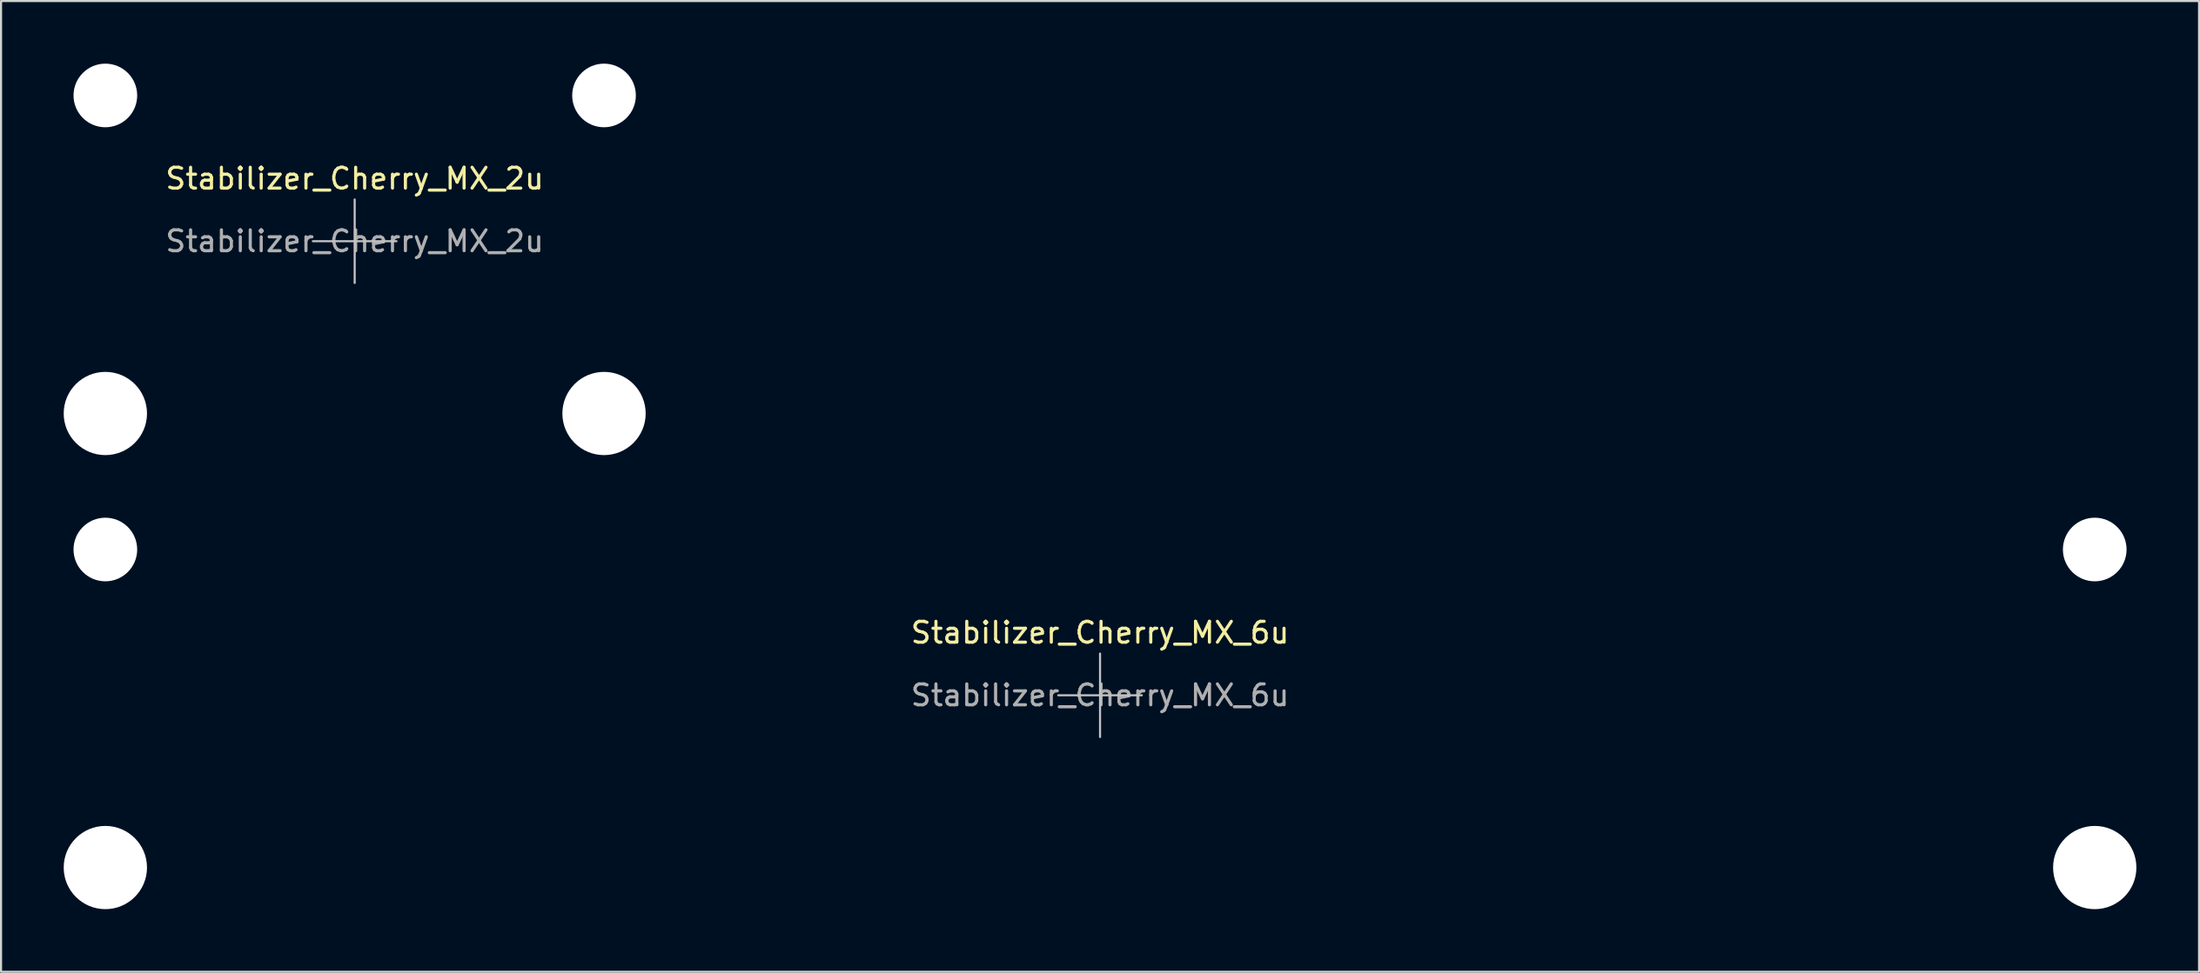
<source format=kicad_pcb>
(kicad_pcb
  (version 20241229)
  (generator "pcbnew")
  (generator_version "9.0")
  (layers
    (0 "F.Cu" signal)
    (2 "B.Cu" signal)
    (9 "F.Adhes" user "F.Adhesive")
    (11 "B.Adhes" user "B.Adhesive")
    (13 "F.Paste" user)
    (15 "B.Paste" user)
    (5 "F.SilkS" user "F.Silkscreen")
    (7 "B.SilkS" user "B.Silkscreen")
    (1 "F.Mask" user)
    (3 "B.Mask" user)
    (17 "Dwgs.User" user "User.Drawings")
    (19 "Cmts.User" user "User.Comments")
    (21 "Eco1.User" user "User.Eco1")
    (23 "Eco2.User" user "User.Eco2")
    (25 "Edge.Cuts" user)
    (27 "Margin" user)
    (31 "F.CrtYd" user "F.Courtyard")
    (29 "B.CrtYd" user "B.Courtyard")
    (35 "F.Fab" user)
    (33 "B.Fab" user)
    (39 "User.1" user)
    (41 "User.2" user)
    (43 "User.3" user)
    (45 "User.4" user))
  (footprint "Stabilizer_Cherry_MX_2u"
    (layer "F.Cu")
    (at 13.932 8.509)
    (property "Reference" "Stabilizer_Cherry_MX_2u" (at 0 -3 0) (layer "F.SilkS") (effects (font (size 1 1) (thickness 0.15))))
    (attr exclude_from_pos_files exclude_from_bom)
    (fp_line (start -2 0) (end 2 0) (stroke (width 0.1) (type solid)) (layer "Dwgs.User"))
    (fp_line (start 0 2) (end 0 -2) (stroke (width 0.1) (type solid)) (layer "Dwgs.User"))
    (fp_text user "${REFERENCE}" (at 0 0 0) (layer "F.Fab") (effects (font (size 1 1) (thickness 0.15))))
    (pad "" np_thru_hole circle (at -11.938 -6.985) (size 3.048 3.048) (drill 3.048) (layers "*.Cu" "*.Mask"))
    (pad "" np_thru_hole circle (at -11.938 8.255) (size 3.988 3.988) (drill 3.988) (layers "*.Cu" "*.Mask"))
    (pad "" np_thru_hole circle (at 11.938 -6.985) (size 3.048 3.048) (drill 3.048) (layers "*.Cu" "*.Mask"))
    (pad "" np_thru_hole circle (at 11.938 8.255) (size 3.988 3.988) (drill 3.988) (layers "*.Cu" "*.Mask")))
  (footprint "Stabilizer_Cherry_MX_6u"
    (layer "F.Cu")
    (at 49.619 30.267)
    (property "Reference" "Stabilizer_Cherry_MX_6u" (at 0 -3 0) (layer "F.SilkS") (effects (font (size 1 1) (thickness 0.15))))
    (attr exclude_from_pos_files exclude_from_bom)
    (fp_line (start -2 0) (end 2 0) (stroke (width 0.1) (type solid)) (layer "Dwgs.User"))
    (fp_line (start 0 2) (end 0 -2) (stroke (width 0.1) (type solid)) (layer "Dwgs.User"))
    (fp_text user "${REFERENCE}" (at 0 0 0) (layer "F.Fab") (effects (font (size 1 1) (thickness 0.15))))
    (pad "" np_thru_hole circle (at -47.625 -6.985) (size 3.048 3.048) (drill 3.048) (layers "*.Cu" "*.Mask"))
    (pad "" np_thru_hole circle (at -47.625 8.255) (size 3.988 3.988) (drill 3.988) (layers "*.Cu" "*.Mask"))
    (pad "" np_thru_hole circle (at 47.625 -6.985) (size 3.048 3.048) (drill 3.048) (layers "*.Cu" "*.Mask"))
    (pad "" np_thru_hole circle (at 47.625 8.255) (size 3.988 3.988) (drill 3.988) (layers "*.Cu" "*.Mask")))
  (gr_rect
    (start -3 -3)
    (end 102.238 43.516)
    (stroke (width 0.1) (type default))
    (fill no)
    (layer "Edge.Cuts")))
</source>
